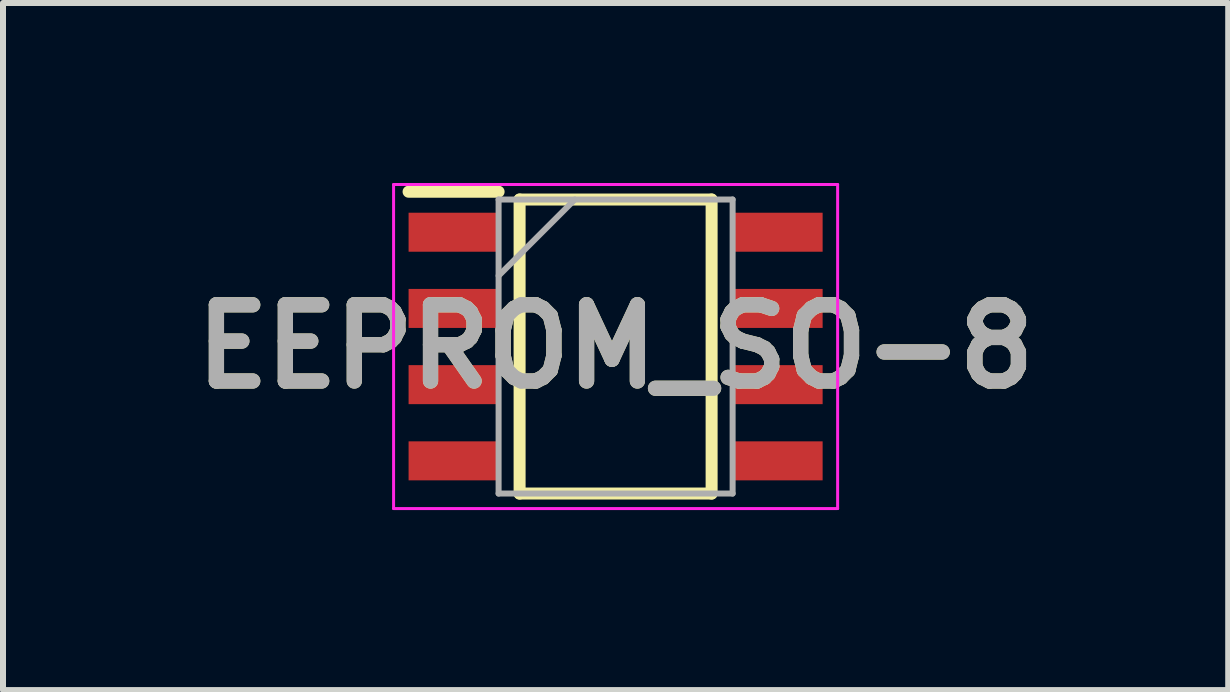
<source format=kicad_pcb>
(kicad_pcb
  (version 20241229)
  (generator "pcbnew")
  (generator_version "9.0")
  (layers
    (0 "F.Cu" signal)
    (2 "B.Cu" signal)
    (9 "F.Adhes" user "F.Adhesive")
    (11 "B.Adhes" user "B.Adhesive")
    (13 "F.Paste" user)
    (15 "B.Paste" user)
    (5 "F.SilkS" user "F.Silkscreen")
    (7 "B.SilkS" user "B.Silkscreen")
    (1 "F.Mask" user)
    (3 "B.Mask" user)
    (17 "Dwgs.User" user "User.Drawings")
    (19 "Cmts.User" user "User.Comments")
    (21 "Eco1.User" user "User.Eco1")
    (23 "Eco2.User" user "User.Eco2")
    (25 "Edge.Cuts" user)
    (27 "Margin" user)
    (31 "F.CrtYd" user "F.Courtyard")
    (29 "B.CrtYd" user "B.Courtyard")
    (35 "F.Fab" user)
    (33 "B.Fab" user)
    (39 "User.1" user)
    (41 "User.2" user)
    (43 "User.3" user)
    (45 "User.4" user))
  (footprint "EEPROM_SO-8"
    (layer "F.Cu")
    (at 7.209 2.725)
    (property "Reference" "EEPROM_SO-8" (at 0 0 0) (layer "F.SilkS") (effects (font (size 1.27 1.27) (thickness 0.254))))
    (attr smd)
    (fp_line (start -3.45 -2.58) (end -1.95 -2.58) (stroke (width 0.2) (type solid)) (layer "F.SilkS"))
    (fp_line (start -1.6 -2.45) (end 1.6 -2.45) (stroke (width 0.2) (type solid)) (layer "F.SilkS"))
    (fp_line (start -1.6 2.45) (end -1.6 -2.45) (stroke (width 0.2) (type solid)) (layer "F.SilkS"))
    (fp_line (start 1.6 -2.45) (end 1.6 2.45) (stroke (width 0.2) (type solid)) (layer "F.SilkS"))
    (fp_line (start 1.6 2.45) (end -1.6 2.45) (stroke (width 0.2) (type solid)) (layer "F.SilkS"))
    (fp_line (start -3.7 -2.7) (end 3.7 -2.7) (stroke (width 0.05) (type solid)) (layer "F.CrtYd"))
    (fp_line (start -3.7 2.7) (end -3.7 -2.7) (stroke (width 0.05) (type solid)) (layer "F.CrtYd"))
    (fp_line (start 3.7 -2.7) (end 3.7 2.7) (stroke (width 0.05) (type solid)) (layer "F.CrtYd"))
    (fp_line (start 3.7 2.7) (end -3.7 2.7) (stroke (width 0.05) (type solid)) (layer "F.CrtYd"))
    (fp_line (start -1.95 -2.45) (end 1.95 -2.45) (stroke (width 0.1) (type solid)) (layer "F.Fab"))
    (fp_line (start -1.95 -1.18) (end -0.68 -2.45) (stroke (width 0.1) (type solid)) (layer "F.Fab"))
    (fp_line (start -1.95 2.45) (end -1.95 -2.45) (stroke (width 0.1) (type solid)) (layer "F.Fab"))
    (fp_line (start 1.95 -2.45) (end 1.95 2.45) (stroke (width 0.1) (type solid)) (layer "F.Fab"))
    (fp_line (start 1.95 2.45) (end -1.95 2.45) (stroke (width 0.1) (type solid)) (layer "F.Fab"))
    (fp_text user "${REFERENCE}" (at 0 0 0) (layer "F.Fab") (effects (font (size 1.27 1.27) (thickness 0.254))))
    (pad "1" smd rect (at -2.7 -1.905 90) (size 0.65 1.5) (layers "F.Cu" "F.Mask" "F.Paste"))
    (pad "2" smd rect (at -2.7 -0.635 90) (size 0.65 1.5) (layers "F.Cu" "F.Mask" "F.Paste"))
    (pad "3" smd rect (at -2.7 0.635 90) (size 0.65 1.5) (layers "F.Cu" "F.Mask" "F.Paste"))
    (pad "4" smd rect (at -2.7 1.905 90) (size 0.65 1.5) (layers "F.Cu" "F.Mask" "F.Paste"))
    (pad "5" smd rect (at 2.7 1.905 90) (size 0.65 1.5) (layers "F.Cu" "F.Mask" "F.Paste"))
    (pad "6" smd rect (at 2.7 0.635 90) (size 0.65 1.5) (layers "F.Cu" "F.Mask" "F.Paste"))
    (pad "7" smd rect (at 2.7 -0.635 90) (size 0.65 1.5) (layers "F.Cu" "F.Mask" "F.Paste"))
    (pad "8" smd rect (at 2.7 -1.905 90) (size 0.65 1.5) (layers "F.Cu" "F.Mask" "F.Paste")))
  (gr_rect
    (start -3 -3)
    (end 17.418 8.45)
    (stroke (width 0.1) (type default))
    (fill no)
    (layer "Edge.Cuts")))
</source>
